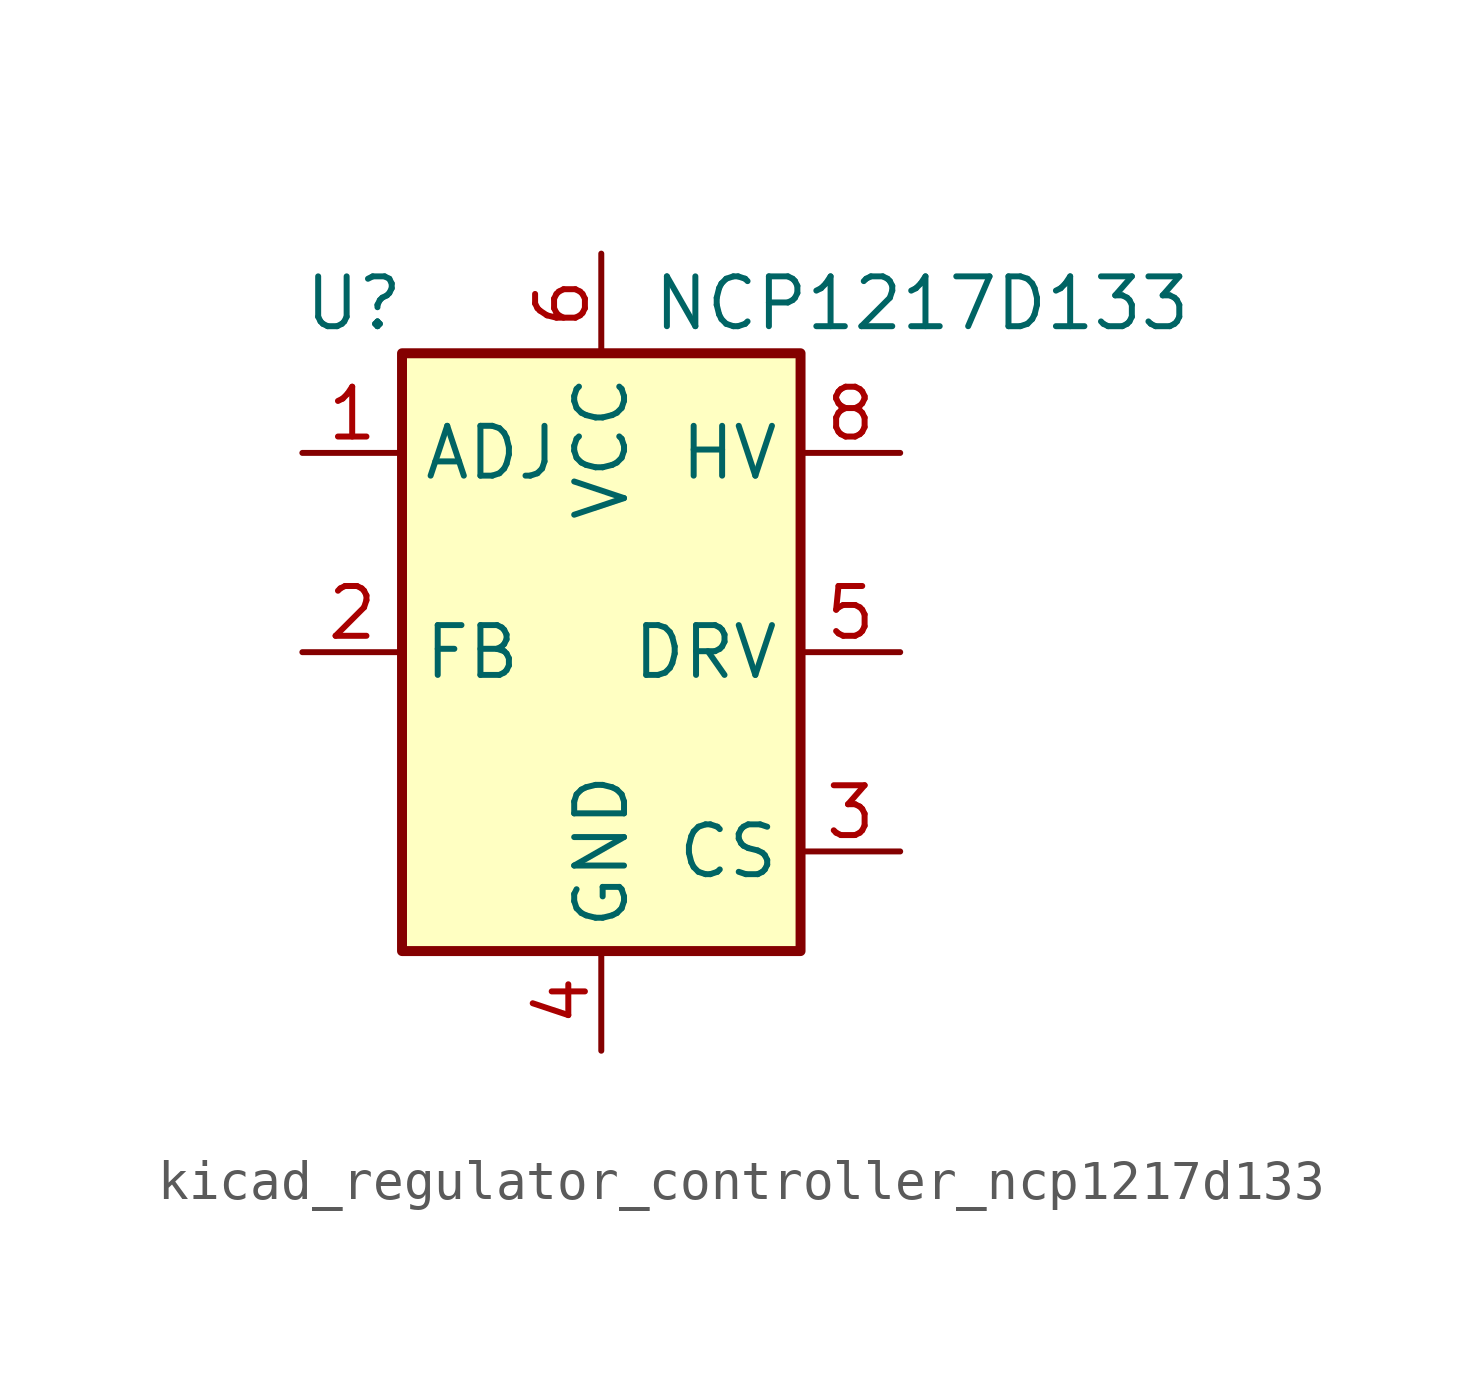
<source format=kicad_sym>
(kicad_symbol_lib
  (version 20220914)
  (generator kicad_symbol_editor)
  (symbol "kicad_regulator_controller_ncp1217d133"
    (property "Reference" "U"
      (at -7.62 8.89 0)
      (effects (font (size 1.27 1.27)) (justify left)))
    (property "Value" "NCP1217D133"
      (at 1.27 8.89 0)
      (effects (font (size 1.27 1.27)) (justify left)))
    (symbol "kicad_regulator_controller_ncp1217d133_0_0"
      (rectangle (start -5.08 7.62) (end 5.08 -7.62) (stroke (width 0.254) (type default)) (fill (type background))))
    (symbol "kicad_regulator_controller_ncp1217d133_1_1"
      (pin input line (at -7.62 5.08 0) (length 2.54) (name "ADJ" (effects (font (size 1.27 1.27)))) (number "1" (effects (font (size 1.27 1.27)))))
      (pin input line (at -7.62 0 0) (length 2.54) (name "FB" (effects (font (size 1.27 1.27)))) (number "2" (effects (font (size 1.27 1.27)))))
      (pin input line (at 7.62 -5.08 180) (length 2.54) (name "CS" (effects (font (size 1.27 1.27)))) (number "3" (effects (font (size 1.27 1.27)))))
      (pin power_in line (at 0 -10.16 90) (length 2.54) (name "GND" (effects (font (size 1.27 1.27)))) (number "4" (effects (font (size 1.27 1.27)))))
      (pin output line (at 7.62 0 180) (length 2.54) (name "DRV" (effects (font (size 1.27 1.27)))) (number "5" (effects (font (size 1.27 1.27)))))
      (pin power_in line (at 0 10.16 270) (length 2.54) (name "VCC" (effects (font (size 1.27 1.27)))) (number "6" (effects (font (size 1.27 1.27)))))
      (pin no_connect line (at -5.08 2.54 0) (length 2.54) hide (name "NC" (effects (font (size 1.27 1.27)))) (number "7" (effects (font (size 1.27 1.27)))))
      (pin input line (at 7.62 5.08 180) (length 2.54) (name "HV" (effects (font (size 1.27 1.27)))) (number "8" (effects (font (size 1.27 1.27))))))))
</source>
